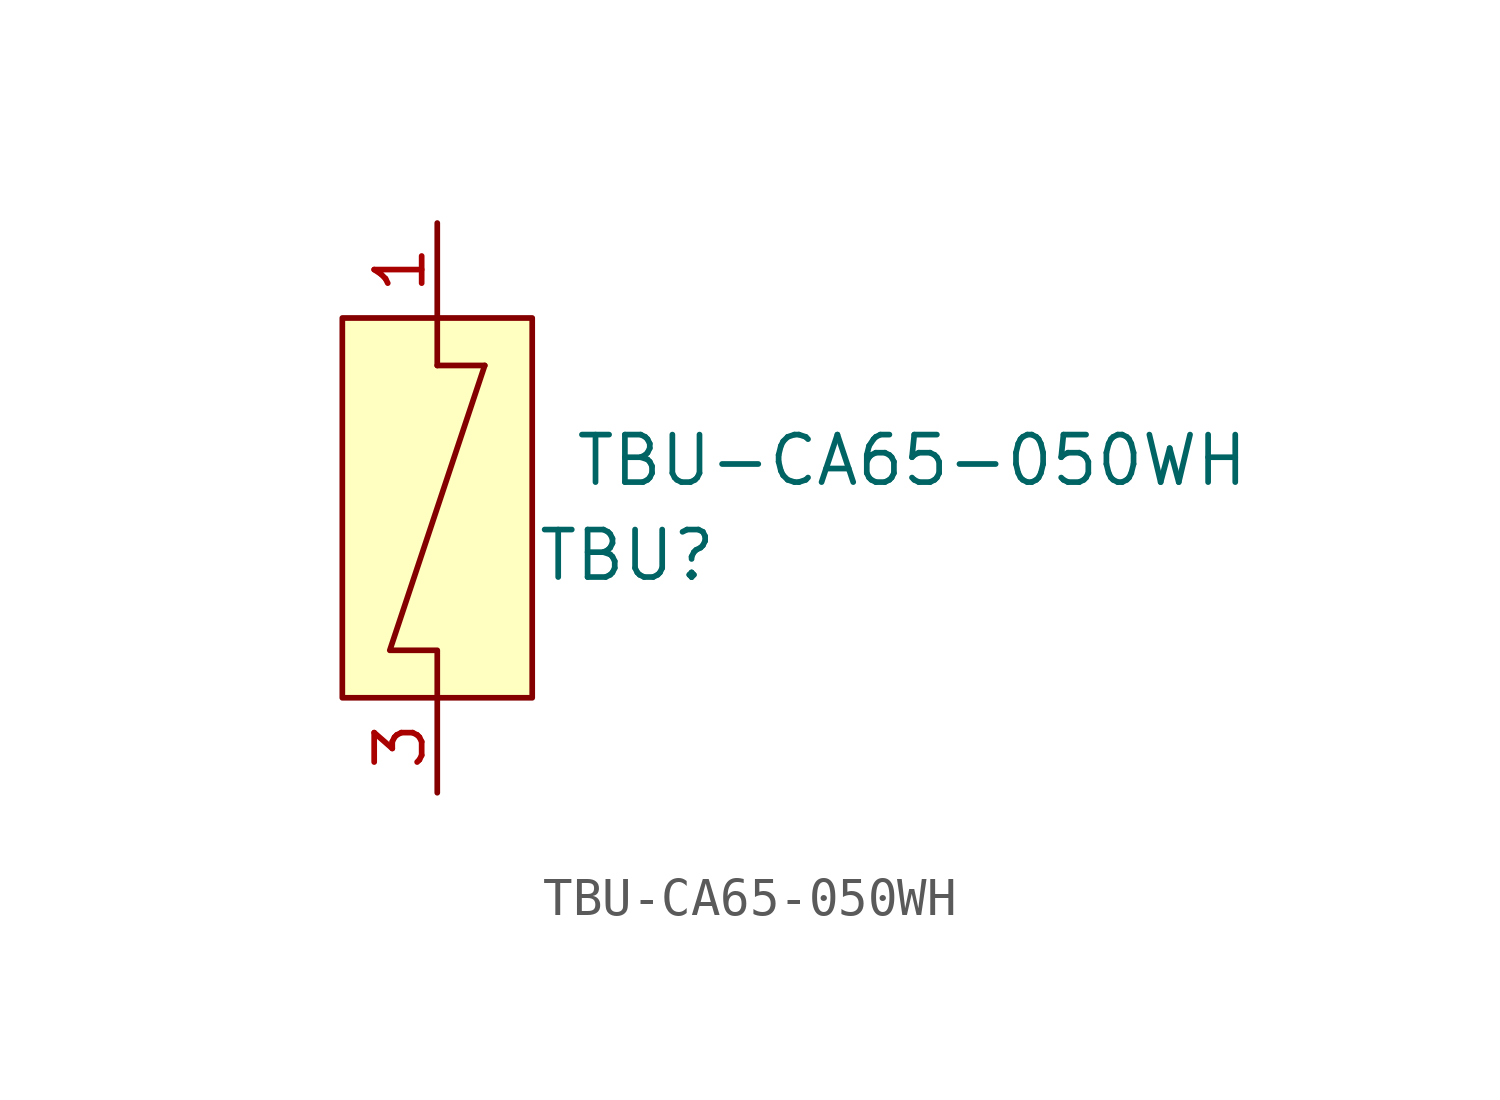
<source format=kicad_sym>
(kicad_symbol_lib
  (version 20211014)
  (generator kicad_symbol_editor)
  (symbol "TBU-CA65-050WH"
    (pin_names
      (offset 1.016))
    (property "Reference" "TBU"
      (at 5.08 -1.27 0)
      (effects (font (size 1.27 1.27))))
    (property "Value" "TBU-CA65-050WH"
      (at 12.7 1.27 0)
      (effects (font (size 1.27 1.27))))
    (symbol "TBU-CA65-050WH_0_1"
      (rectangle (start -2.54 5.08) (end 2.54 -5.08) (stroke (width 0) (type default) (color 0 0 0 0)) (fill (type background)))
      (polyline (pts (xy 0 3.81) (xy 0 5.08)) (stroke (width 0) (type default) (color 0 0 0 0)) (fill (type none)))
      (polyline (pts (xy 0 3.81) (xy 1.27 3.81)) (stroke (width 0) (type default) (color 0 0 0 0)) (fill (type none)))
      (polyline (pts (xy 1.27 3.81) (xy -1.27 -3.81) (xy 0 -3.81) (xy 0 -5.08)) (stroke (width 0) (type default) (color 0 0 0 0)) (fill (type none))))
    (symbol "TBU-CA65-050WH_1_1"
      (pin passive line (at 0 7.62 270) (length 2.489) (name "~" (effects (font (size 1.27 1.27)))) (number "1" (effects (font (size 1.27 1.27)))))
      (pin no_connect line (at -2.54 0 180) (length 2.489) hide (name "NU" (effects (font (size 1.27 1.27)))) (number "2" (effects (font (size 1.27 1.27)))))
      (pin passive line (at 0 -7.62 90) (length 2.489) (name "~" (effects (font (size 1.27 1.27)))) (number "3" (effects (font (size 1.27 1.27))))))))
</source>
